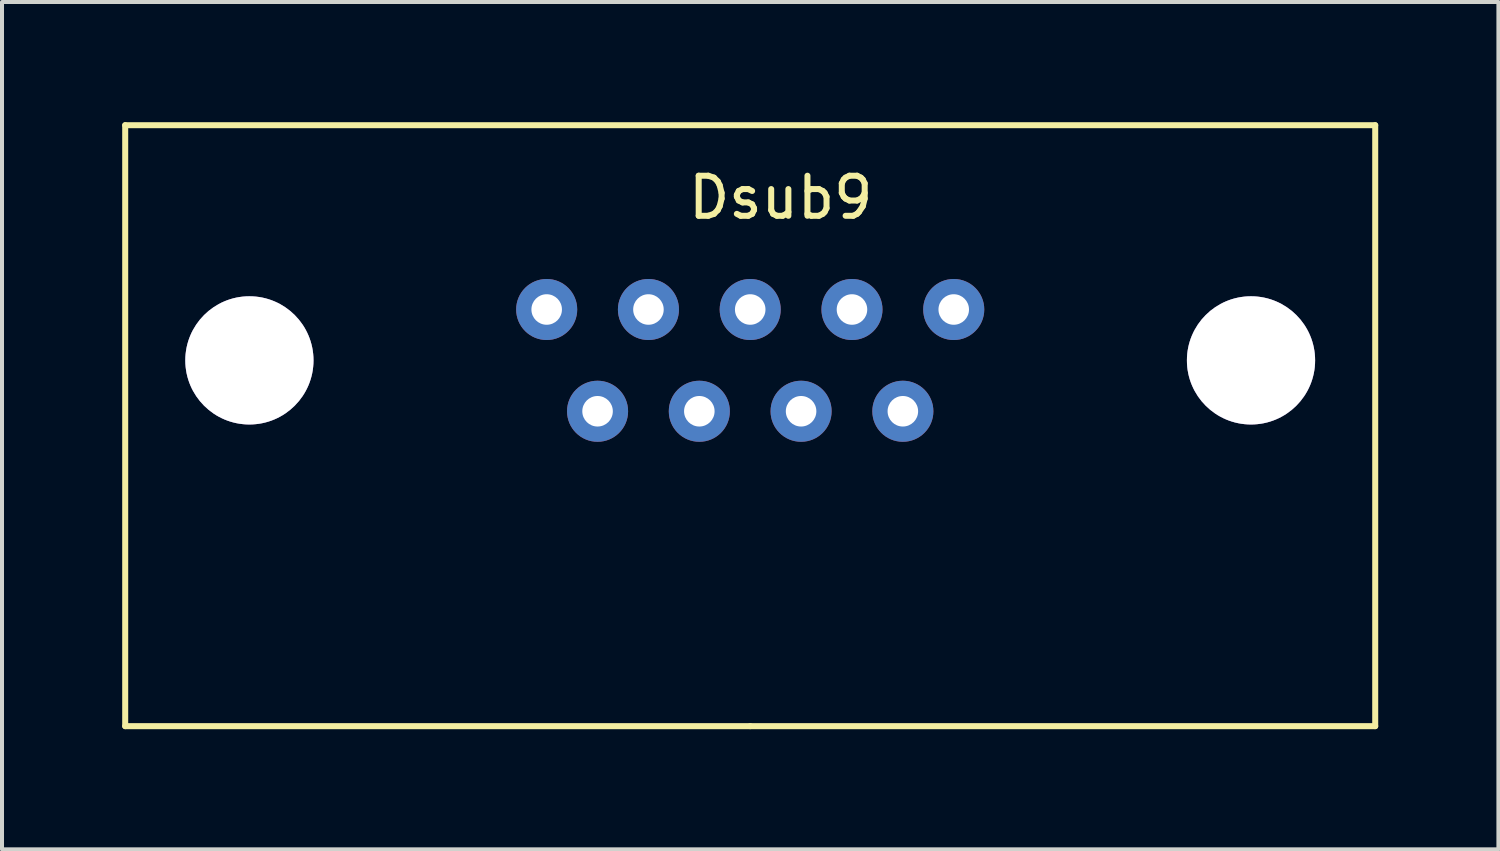
<source format=kicad_pcb>
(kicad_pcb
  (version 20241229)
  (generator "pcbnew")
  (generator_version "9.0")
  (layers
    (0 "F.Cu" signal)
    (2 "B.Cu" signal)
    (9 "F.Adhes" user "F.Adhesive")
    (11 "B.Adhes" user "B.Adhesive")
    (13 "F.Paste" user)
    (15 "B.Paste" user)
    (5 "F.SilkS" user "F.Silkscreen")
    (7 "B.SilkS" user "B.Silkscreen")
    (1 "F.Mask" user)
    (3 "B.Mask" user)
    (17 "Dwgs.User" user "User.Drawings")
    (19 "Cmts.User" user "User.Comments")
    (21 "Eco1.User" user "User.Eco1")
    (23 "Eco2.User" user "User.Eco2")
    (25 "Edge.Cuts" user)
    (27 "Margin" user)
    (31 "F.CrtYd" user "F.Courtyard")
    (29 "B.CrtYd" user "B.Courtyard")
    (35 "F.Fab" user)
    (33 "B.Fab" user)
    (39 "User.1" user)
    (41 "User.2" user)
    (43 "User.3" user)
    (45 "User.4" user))
  (footprint "Dsub9"
    (layer "F.Cu")
    (at 15.675 4.675)
    (property "Reference" "Dsub9" (at 0.762 -2.794 0) (layer "F.SilkS") (effects (font (size 1 1) (thickness 0.15))))
    (attr through_hole)
    (fp_line (start -15.6 -4.6) (end 15.6 -4.6) (stroke (width 0.15) (type solid)) (layer "F.SilkS"))
    (fp_line (start -15.6 10.4) (end -15.6 -4.6) (stroke (width 0.15) (type solid)) (layer "F.SilkS"))
    (fp_line (start 0 10.4) (end -15.6 10.4) (stroke (width 0.15) (type solid)) (layer "F.SilkS"))
    (fp_line (start 15.6 -4.6) (end 15.6 10.4) (stroke (width 0.15) (type solid)) (layer "F.SilkS"))
    (fp_line (start 15.6 10.4) (end 0 10.4) (stroke (width 0.15) (type solid)) (layer "F.SilkS"))
    (pad "" thru_hole circle (at -12.5 1.27) (size 3.2 3.2) (drill 3.2) (layers "*.Cu" "*.Mask"))
    (pad "" thru_hole circle (at 12.5 1.27) (size 3.2 3.2) (drill 3.2) (layers "*.Cu" "*.Mask"))
    (pad "1" thru_hole circle (at -5.08 0) (size 1.524 1.524) (drill 0.762) (layers "*.Cu" "*.Mask"))
    (pad "2" thru_hole circle (at -2.54 0) (size 1.524 1.524) (drill 0.762) (layers "*.Cu" "*.Mask"))
    (pad "3" thru_hole circle (at 0 0) (size 1.524 1.524) (drill 0.762) (layers "*.Cu" "*.Mask"))
    (pad "4" thru_hole circle (at 2.54 0) (size 1.524 1.524) (drill 0.762) (layers "*.Cu" "*.Mask"))
    (pad "5" thru_hole circle (at 5.08 0) (size 1.524 1.524) (drill 0.762) (layers "*.Cu" "*.Mask"))
    (pad "6" thru_hole circle (at -3.81 2.54) (size 1.524 1.524) (drill 0.762) (layers "*.Cu" "*.Mask"))
    (pad "7" thru_hole circle (at -1.27 2.54) (size 1.524 1.524) (drill 0.762) (layers "*.Cu" "*.Mask"))
    (pad "8" thru_hole circle (at 1.27 2.54) (size 1.524 1.524) (drill 0.762) (layers "*.Cu" "*.Mask"))
    (pad "9" thru_hole circle (at 3.81 2.54) (size 1.524 1.524) (drill 0.762) (layers "*.Cu" "*.Mask")))
  (gr_rect
    (start -3 -3)
    (end 34.35 18.15)
    (stroke (width 0.1) (type default))
    (fill no)
    (layer "Edge.Cuts")))
</source>
